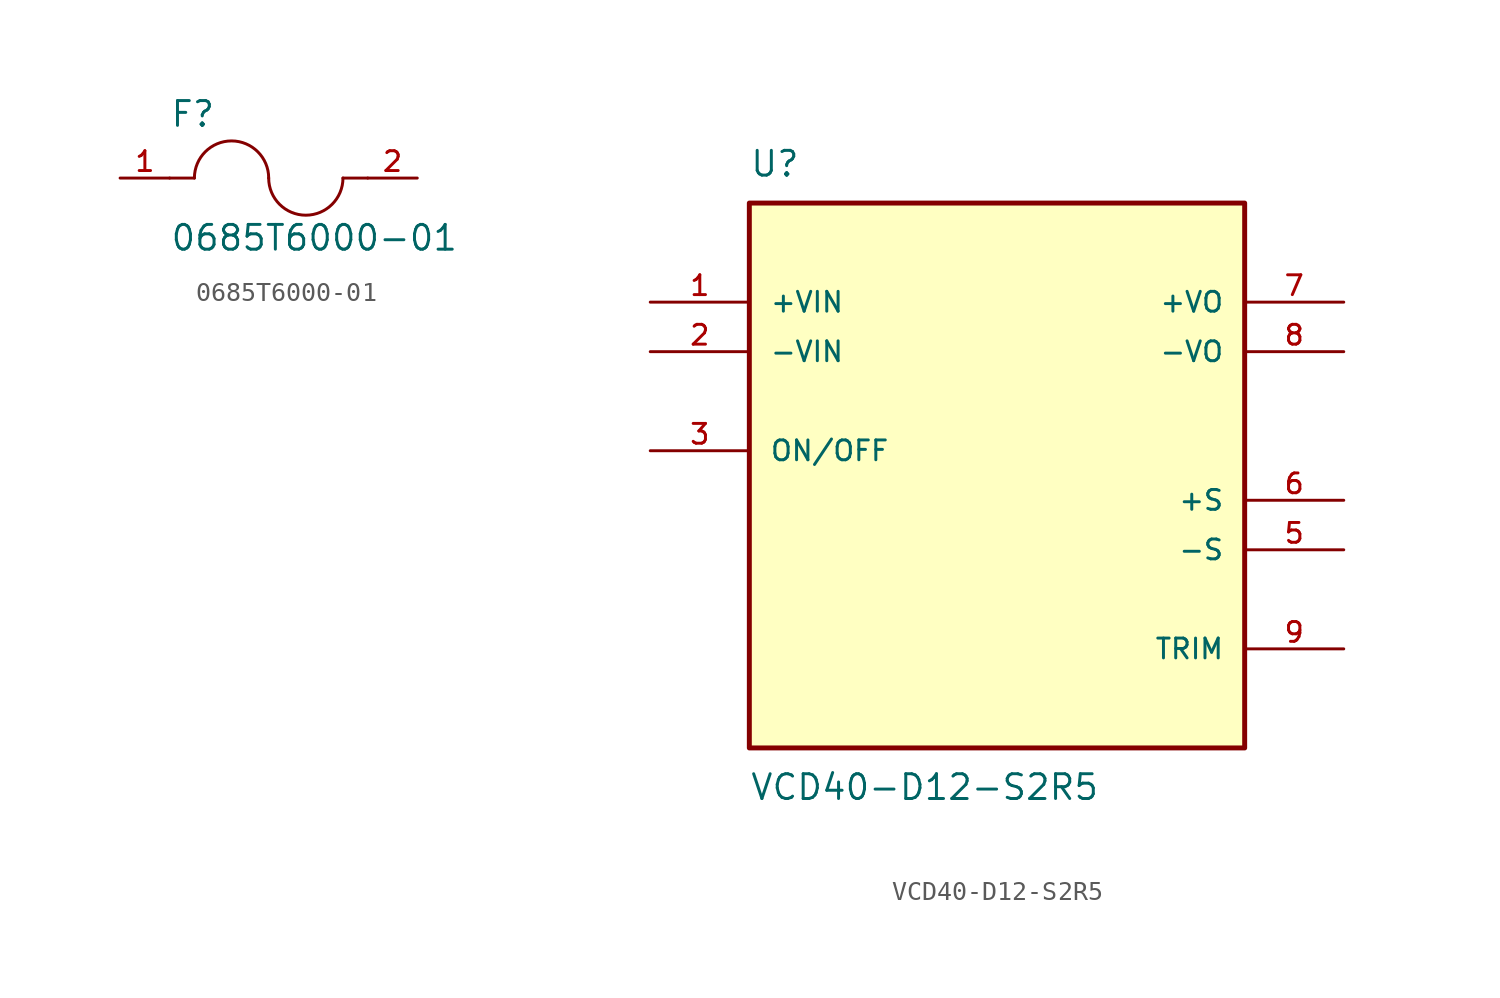
<source format=kicad_sym>
(kicad_symbol_lib
  (version 20241209)
  (generator "kicad_symbol_editor")
  (generator_version "9.0")
  (symbol "0685T6000-01"
    (pin_names
      (offset 1.016))
    (property "Reference" "F"
      (at -5.08 2.54 0)
      (effects (font (size 1.27 1.27)) (justify left bottom)))
    (property "Value" "0685T6000-01"
      (at -5.08 -3.81 0)
      (effects (font (size 1.27 1.27)) (justify left bottom)))
    (symbol "0685T6000-01_0_0"
      (polyline (pts (xy -5.08 0) (xy -3.81 0)) (stroke (width 0.152) (type default)) (fill (type none)))
      (arc (start -3.81 0) (mid -1.905 1.8967) (end 0 0) (stroke (width 0.1524) (type default)) (fill (type none)))
      (arc (start 3.81 0) (mid 1.905 -1.8967) (end 0 0) (stroke (width 0.1524) (type default)) (fill (type none)))
      (polyline (pts (xy 5.08 0) (xy 3.81 0)) (stroke (width 0.152) (type default)) (fill (type none)))
      (pin passive line (at -7.62 0 0) (length 2.54) (name "~" (effects (font (size 1.016 1.016)))) (number "1" (effects (font (size 1.016 1.016)))))
      (pin passive line (at 7.62 0 180) (length 2.54) (name "~" (effects (font (size 1.016 1.016)))) (number "2" (effects (font (size 1.016 1.016)))))))
  (symbol "VCD40-D12-S2R5"
    (pin_names
      (offset 1.016))
    (property "Reference" "U"
      (at -12.7 13.97 0)
      (effects (font (size 1.27 1.27)) (justify left bottom)))
    (property "Value" "VCD40-D12-S2R5"
      (at -12.7 -16.51 0)
      (effects (font (size 1.27 1.27)) (justify left top)))
    (symbol "VCD40-D12-S2R5_0_0"
      (rectangle (start -12.7 -15.24) (end 12.7 12.7) (stroke (width 0.254) (type default)) (fill (type background)))
      (pin input line (at -17.78 7.62 0) (length 5.08) (name "+VIN" (effects (font (size 1.016 1.016)))) (number "1" (effects (font (size 1.016 1.016)))))
      (pin input line (at -17.78 5.08 0) (length 5.08) (name "-VIN" (effects (font (size 1.016 1.016)))) (number "2" (effects (font (size 1.016 1.016)))))
      (pin input line (at -17.78 0 0) (length 5.08) (name "ON/OFF" (effects (font (size 1.016 1.016)))) (number "3" (effects (font (size 1.016 1.016)))))
      (pin output line (at 17.78 7.62 180) (length 5.08) (name "+VO" (effects (font (size 1.016 1.016)))) (number "7" (effects (font (size 1.016 1.016)))))
      (pin output line (at 17.78 5.08 180) (length 5.08) (name "-VO" (effects (font (size 1.016 1.016)))) (number "8" (effects (font (size 1.016 1.016)))))
      (pin output line (at 17.78 -2.54 180) (length 5.08) (name "+S" (effects (font (size 1.016 1.016)))) (number "6" (effects (font (size 1.016 1.016)))))
      (pin output line (at 17.78 -5.08 180) (length 5.08) (name "-S" (effects (font (size 1.016 1.016)))) (number "5" (effects (font (size 1.016 1.016)))))
      (pin passive line (at 17.78 -10.16 180) (length 5.08) (name "TRIM" (effects (font (size 1.016 1.016)))) (number "9" (effects (font (size 1.016 1.016))))))
    (symbol "VCD40-D12-S2R5_1_1"
      (pin no_connect line (at -17.78 -5.08 0) (length 5.08) (hide yes) (name "NC" (effects (font (size 1.016 1.016)))) (number "4" (effects (font (size 1.016 1.016))))))))
</source>
